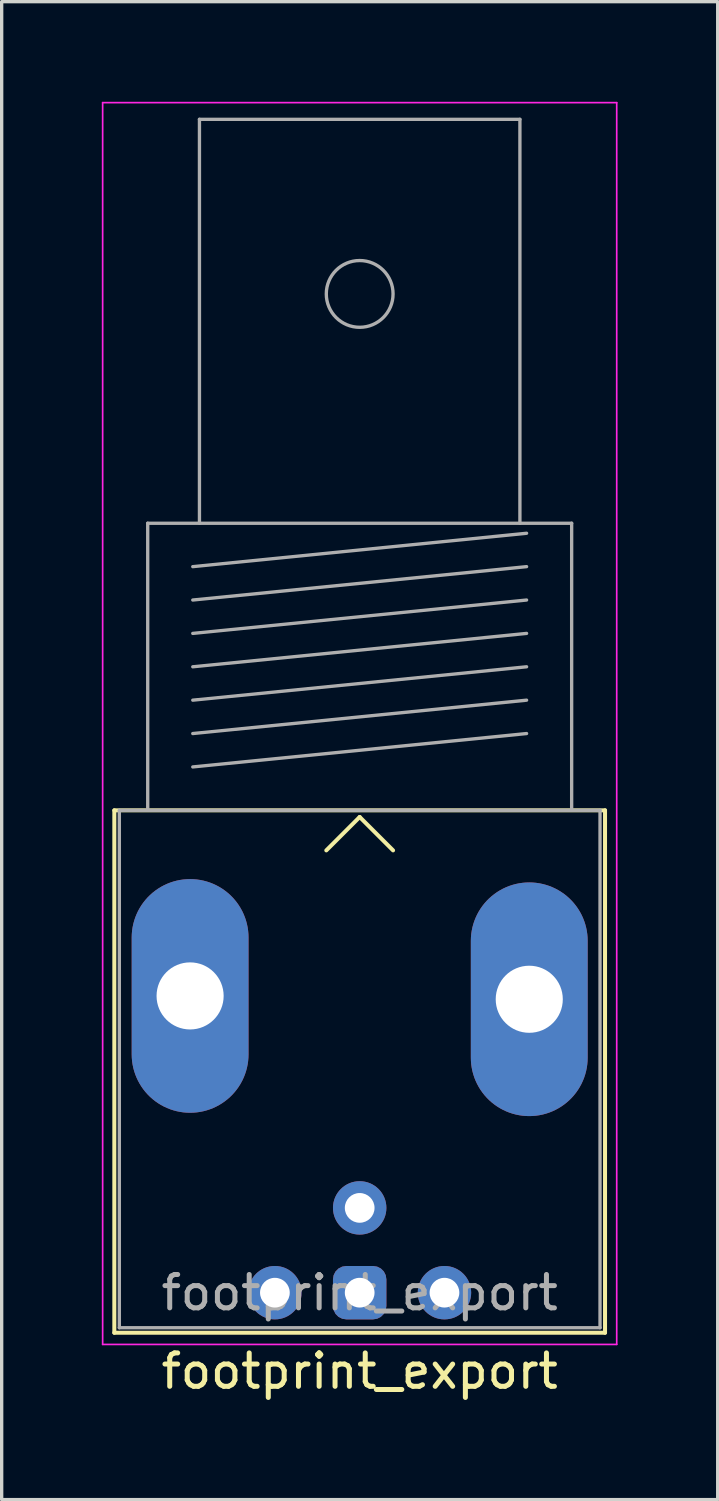
<source format=kicad_pcb>
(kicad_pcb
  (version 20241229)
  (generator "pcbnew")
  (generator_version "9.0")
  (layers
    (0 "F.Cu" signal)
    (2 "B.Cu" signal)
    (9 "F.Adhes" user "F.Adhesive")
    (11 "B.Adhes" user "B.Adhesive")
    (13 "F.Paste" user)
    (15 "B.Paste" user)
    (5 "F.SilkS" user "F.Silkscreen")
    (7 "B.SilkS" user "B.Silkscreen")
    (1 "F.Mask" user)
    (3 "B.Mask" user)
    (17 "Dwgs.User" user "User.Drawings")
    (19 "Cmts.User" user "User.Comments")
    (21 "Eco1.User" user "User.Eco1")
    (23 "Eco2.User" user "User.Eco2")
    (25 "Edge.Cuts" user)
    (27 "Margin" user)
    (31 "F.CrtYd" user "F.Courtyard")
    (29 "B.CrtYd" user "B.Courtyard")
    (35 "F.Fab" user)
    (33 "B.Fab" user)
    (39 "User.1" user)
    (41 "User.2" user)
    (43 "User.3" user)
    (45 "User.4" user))
  (footprint "footprint_export"
    (layer "F.Cu")
    (at 7.725 35.675)
    (property "Reference" "footprint_export" (at 0 2.35 0) (layer "F.SilkS") (effects (font (size 1 1) (thickness 0.15))))
    (attr through_hole)
    (fp_line (start -7.35 -14.45) (end 7.35 -14.45) (stroke (width 0.12) (type solid)) (layer "F.SilkS"))
    (fp_line (start -7.35 1.2) (end -7.35 -14.45) (stroke (width 0.12) (type solid)) (layer "F.SilkS"))
    (fp_line (start 0 -14.25) (end -1 -13.25) (stroke (width 0.12) (type solid)) (layer "F.SilkS"))
    (fp_line (start 0 -14.25) (end 1 -13.25) (stroke (width 0.12) (type solid)) (layer "F.SilkS"))
    (fp_line (start 7.35 -14.45) (end 7.35 1.2) (stroke (width 0.12) (type solid)) (layer "F.SilkS"))
    (fp_line (start 7.35 1.2) (end -7.35 1.2) (stroke (width 0.12) (type solid)) (layer "F.SilkS"))
    (fp_line (start -7.7 1.55) (end -7.7 -35.65) (stroke (width 0.05) (type solid)) (layer "F.CrtYd"))
    (fp_line (start -7.7 1.55) (end 7.7 1.55) (stroke (width 0.05) (type solid)) (layer "F.CrtYd"))
    (fp_line (start 7.7 -35.65) (end -7.7 -35.65) (stroke (width 0.05) (type solid)) (layer "F.CrtYd"))
    (fp_line (start 7.7 1.55) (end 7.7 -35.65) (stroke (width 0.05) (type solid)) (layer "F.CrtYd"))
    (fp_line (start -7.2 -14.45) (end -7.2 1.05) (stroke (width 0.1) (type solid)) (layer "F.Fab"))
    (fp_line (start -7.2 1.05) (end 7.2 1.05) (stroke (width 0.1) (type solid)) (layer "F.Fab"))
    (fp_line (start -6.35 -23.05) (end -6.35 -14.45) (stroke (width 0.1) (type solid)) (layer "F.Fab"))
    (fp_line (start -5 -21.75) (end 5 -22.75) (stroke (width 0.1) (type solid)) (layer "F.Fab"))
    (fp_line (start -5 -20.75) (end 5 -21.75) (stroke (width 0.1) (type solid)) (layer "F.Fab"))
    (fp_line (start -5 -19.75) (end 5 -20.75) (stroke (width 0.1) (type solid)) (layer "F.Fab"))
    (fp_line (start -5 -18.75) (end 5 -19.75) (stroke (width 0.1) (type solid)) (layer "F.Fab"))
    (fp_line (start -5 -17.75) (end 5 -18.75) (stroke (width 0.1) (type solid)) (layer "F.Fab"))
    (fp_line (start -5 -16.75) (end 5 -17.75) (stroke (width 0.1) (type solid)) (layer "F.Fab"))
    (fp_line (start -5 -15.75) (end 5 -16.75) (stroke (width 0.1) (type solid)) (layer "F.Fab"))
    (fp_line (start -4.8 -35.15) (end -4.8 -23.05) (stroke (width 0.1) (type solid)) (layer "F.Fab"))
    (fp_line (start 4.8 -35.15) (end -4.8 -35.15) (stroke (width 0.1) (type solid)) (layer "F.Fab"))
    (fp_line (start 4.8 -23.05) (end 4.8 -35.15) (stroke (width 0.1) (type solid)) (layer "F.Fab"))
    (fp_line (start 6.35 -23.05) (end -6.35 -23.05) (stroke (width 0.1) (type solid)) (layer "F.Fab"))
    (fp_line (start 6.35 -14.45) (end 6.35 -23.05) (stroke (width 0.1) (type solid)) (layer "F.Fab"))
    (fp_line (start 7.2 -14.45) (end -7.2 -14.45) (stroke (width 0.1) (type solid)) (layer "F.Fab"))
    (fp_line (start 7.2 1.05) (end 7.2 -14.45) (stroke (width 0.1) (type solid)) (layer "F.Fab"))
    (fp_circle (center 0 -29.92) (end 1 -29.92) (stroke (width 0.1) (type solid)) (fill no) (layer "F.Fab"))
    (fp_text user "${REFERENCE}" (at 0 0 0) (layer "F.Fab") (effects (font (size 1 1) (thickness 0.15))))
    (pad "" thru_hole oval (at -5.08 -8.89) (size 3.5 7) (drill 2.01) (layers "*.Cu" "*.Mask"))
    (pad "" thru_hole oval (at 5.08 -8.79) (size 3.5 7) (drill 2.01) (layers "*.Cu" "*.Mask"))
    (pad "1" thru_hole roundrect (at 0 0) (size 1.6 1.6) (drill 0.89) (layers "*.Cu" "*.Mask") (roundrect_rratio 0.25))
    (pad "2" thru_hole circle (at -2.54 0) (size 1.6 1.6) (drill 0.89) (layers "*.Cu" "*.Mask"))
    (pad "3" thru_hole circle (at 0 -2.54) (size 1.6 1.6) (drill 0.89) (layers "*.Cu" "*.Mask"))
    (pad "4" thru_hole circle (at 2.54 0) (size 1.6 1.6) (drill 0.89) (layers "*.Cu" "*.Mask")))
  (gr_rect
    (start -3 -3)
    (end 18.45 41.873)
    (stroke (width 0.1) (type default))
    (fill no)
    (layer "Edge.Cuts")))
</source>
